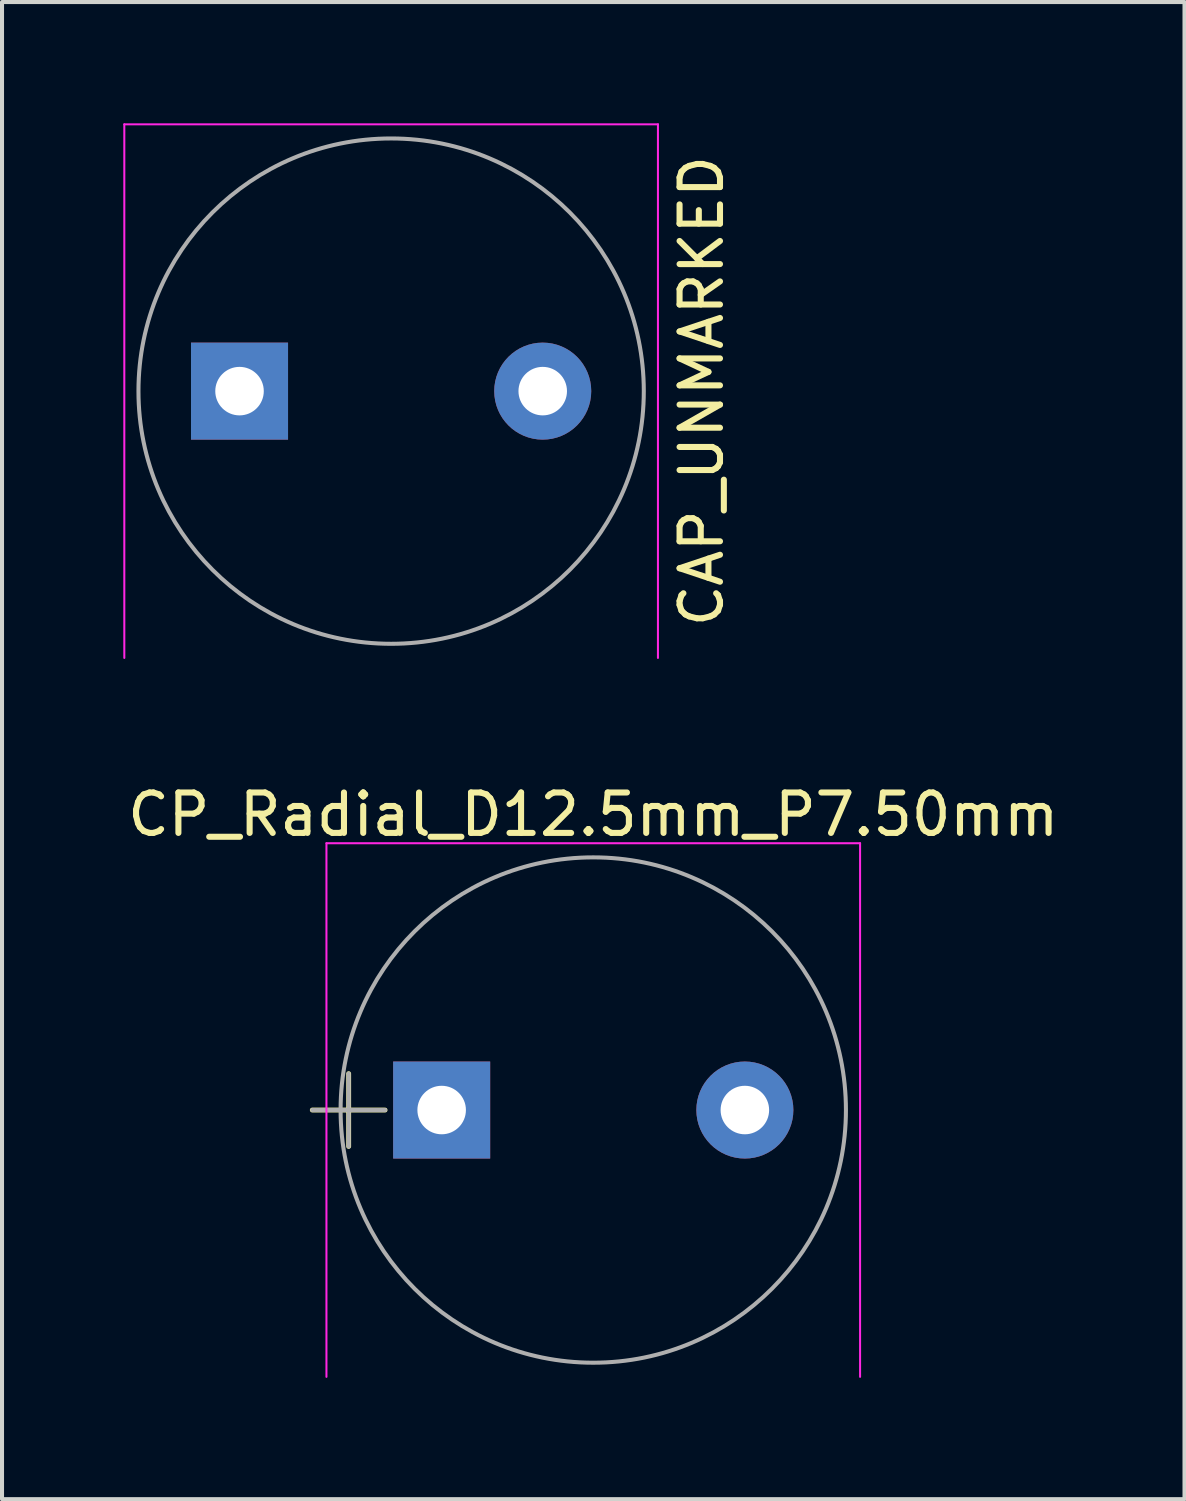
<source format=kicad_pcb>
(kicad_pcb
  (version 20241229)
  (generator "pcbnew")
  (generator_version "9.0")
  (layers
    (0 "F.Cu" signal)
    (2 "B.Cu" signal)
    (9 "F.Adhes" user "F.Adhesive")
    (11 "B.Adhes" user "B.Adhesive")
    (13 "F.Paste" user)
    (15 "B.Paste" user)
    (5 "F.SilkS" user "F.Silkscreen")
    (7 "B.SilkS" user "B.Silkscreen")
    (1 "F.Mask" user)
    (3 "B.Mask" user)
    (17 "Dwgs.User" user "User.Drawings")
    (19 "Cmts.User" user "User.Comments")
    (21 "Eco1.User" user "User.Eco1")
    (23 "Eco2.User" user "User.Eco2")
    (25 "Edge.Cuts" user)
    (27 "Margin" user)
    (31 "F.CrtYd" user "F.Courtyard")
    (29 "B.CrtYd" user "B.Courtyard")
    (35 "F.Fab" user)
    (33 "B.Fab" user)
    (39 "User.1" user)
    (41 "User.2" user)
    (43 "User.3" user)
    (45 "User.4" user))
  (footprint "CAP_UNMARKED"
    (layer "F.Cu")
    (at 2.875 6.625)
    (property "Reference" "CAP_UNMARKED" (at 11.43 0 90) (layer "F.SilkS") (effects (font (size 1 1) (thickness 0.15))))
    (attr through_hole)
    (fp_line (start -2.85 -6.6) (end -2.85 6.6) (stroke (width 0.05) (type solid)) (layer "F.CrtYd"))
    (fp_line (start 10.35 -6.6) (end -2.85 -6.6) (stroke (width 0.05) (type solid)) (layer "F.CrtYd"))
    (fp_line (start 10.35 6.6) (end 10.35 -6.6) (stroke (width 0.05) (type solid)) (layer "F.CrtYd"))
    (fp_circle (center 3.75 0) (end 10 0) (stroke (width 0.1) (type solid)) (fill no) (layer "F.Fab"))
    (pad "1" thru_hole rect (at 0 0) (size 2.4 2.4) (drill 1.2) (layers "*.Cu" "*.Mask"))
    (pad "2" thru_hole circle (at 7.5 0) (size 2.4 2.4) (drill 1.2) (layers "*.Cu" "*.Mask")))
  (footprint "CP_Radial_D12.5mm_P7.50mm"
    (layer "F.Cu")
    (at 7.875 24.408)
    (property "Reference" "CP_Radial_D12.5mm_P7.50mm" (at 3.75 -7.31 0) (layer "F.SilkS") (effects (font (size 1 1) (thickness 0.15))))
    (attr through_hole)
    (fp_line (start -3.2 0) (end -1.4 0) (stroke (width 0.12) (type solid)) (layer "F.SilkS"))
    (fp_line (start -2.3 -0.9) (end -2.3 0.9) (stroke (width 0.12) (type solid)) (layer "F.SilkS"))
    (fp_line (start -2.85 -6.6) (end -2.85 6.6) (stroke (width 0.05) (type solid)) (layer "F.CrtYd"))
    (fp_line (start 10.35 -6.6) (end -2.85 -6.6) (stroke (width 0.05) (type solid)) (layer "F.CrtYd"))
    (fp_line (start 10.35 6.6) (end 10.35 -6.6) (stroke (width 0.05) (type solid)) (layer "F.CrtYd"))
    (fp_line (start -3.2 0) (end -1.4 0) (stroke (width 0.1) (type solid)) (layer "F.Fab"))
    (fp_line (start -2.3 -0.9) (end -2.3 0.9) (stroke (width 0.1) (type solid)) (layer "F.Fab"))
    (fp_circle (center 3.75 0) (end 10 0) (stroke (width 0.1) (type solid)) (fill no) (layer "F.Fab"))
    (pad "1" thru_hole rect (at 0 0) (size 2.4 2.4) (drill 1.2) (layers "*.Cu" "*.Mask"))
    (pad "2" thru_hole circle (at 7.5 0) (size 2.4 2.4) (drill 1.2) (layers "*.Cu" "*.Mask")))
  (gr_rect
    (start -3 -3)
    (end 26.25 34.033)
    (stroke (width 0.1) (type default))
    (fill no)
    (layer "Edge.Cuts")))
</source>
